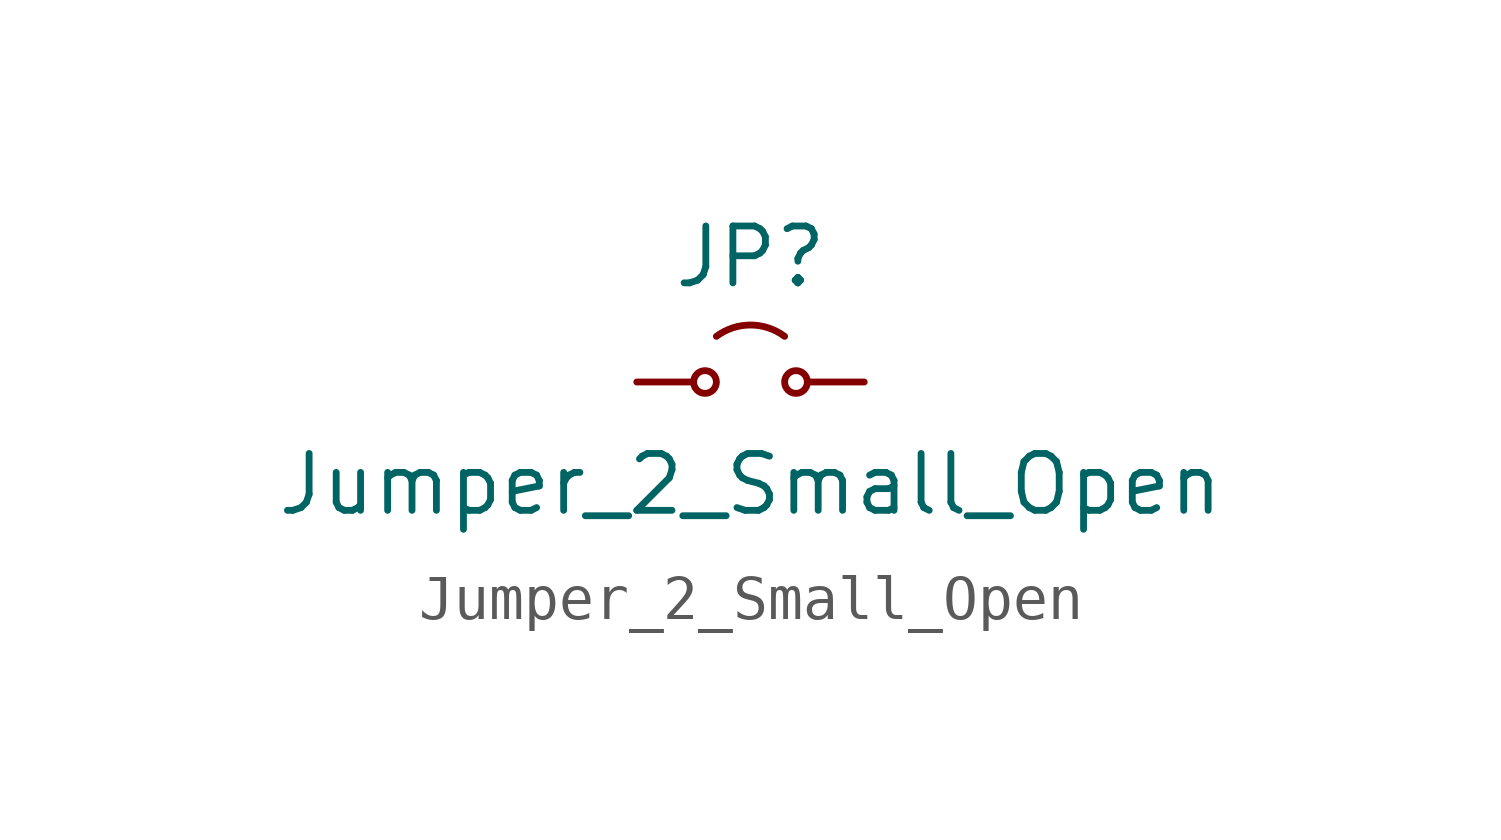
<source format=kicad_sym>
(kicad_symbol_lib
  (version 20231120)
  (generator "kicad_symbol_editor")
  (generator_version "8.0")
  (symbol "Jumper_2_Small_Open"
    (pin_numbers hide)
    (pin_names
      (offset 0) hide)
    (property "Reference" "JP"
      (at 0 2.794 0)
      (effects (font (size 1.27 1.27))))
    (property "Value" "Jumper_2_Small_Open"
      (at 0 -2.286 0)
      (effects (font (size 1.27 1.27))))
    (symbol "Jumper_2_Small_Open_0_0"
      (circle (center -1.016 0) (radius 0.254) (stroke (width 0) (type default)) (fill (type none)))
      (circle (center 1.016 0) (radius 0.254) (stroke (width 0) (type default)) (fill (type none))))
    (symbol "Jumper_2_Small_Open_0_1"
      (arc (start 0.762 1.0196) (mid 0 1.2729) (end -0.762 1.0196) (stroke (width 0) (type default)) (fill (type none))))
    (symbol "Jumper_2_Small_Open_1_1"
      (pin passive line (at -2.54 0 0) (length 1.27) (name "A" (effects (font (size 1.27 1.27)))) (number "1" (effects (font (size 1.27 1.27)))))
      (pin passive line (at 2.54 0 180) (length 1.27) (name "B" (effects (font (size 1.27 1.27)))) (number "2" (effects (font (size 1.27 1.27))))))))
</source>
